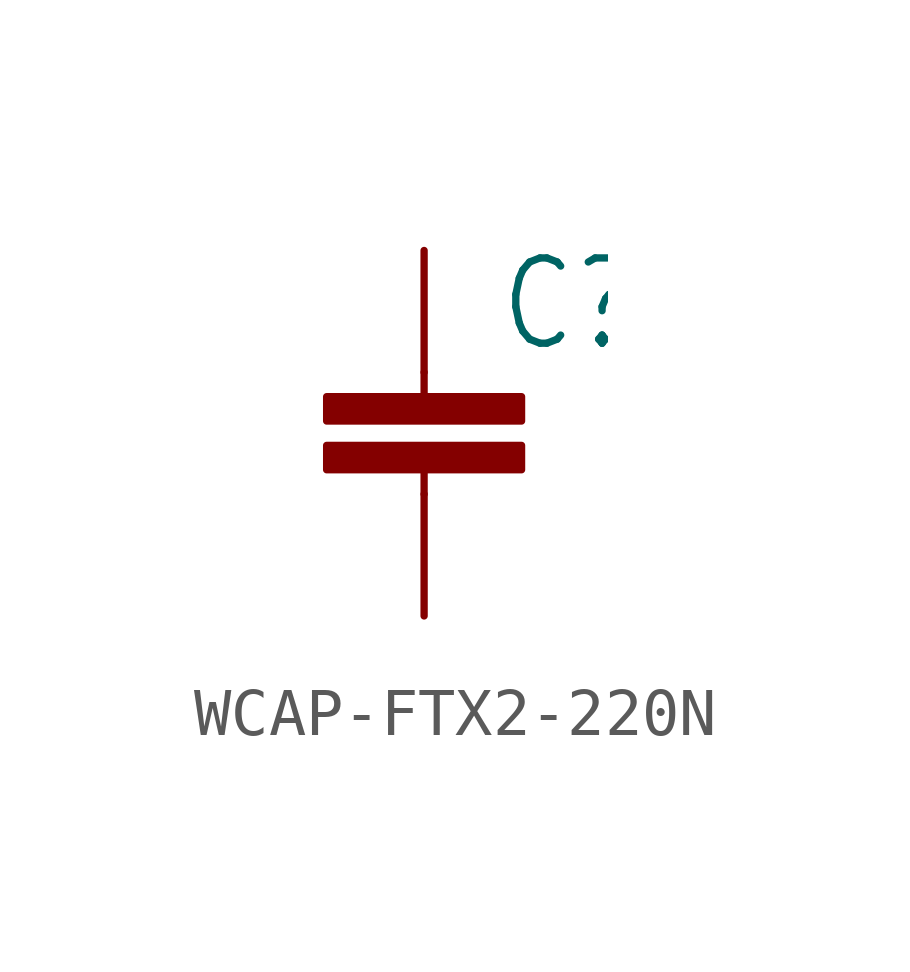
<source format=kicad_sym>
(kicad_symbol_lib
  (version 20231120)
  (generator "kicad_symbol_editor")
  (generator_version "8.0")
  (symbol "WCAP-FTX2-220N"
    (property "Reference" "C"
      (at 1.524 0.381 0)
      (effects (font (size 1.778 1.511)) (justify left bottom)))
    (property "Value" ""
      (at 1.524 -4.699 0)
      (effects (font (size 1.778 1.511)) (justify left bottom)))
    (property "ki_locked" ""
      (at 0 0 0)
      (effects (font (size 1.27 1.27))))
    (symbol "WCAP-FTX2-220N_1_0"
      (rectangle (start -2.032 -2.032) (end 2.032 -1.524) (stroke (width 0) (type default)) (fill (type outline)))
      (rectangle (start -2.032 -1.016) (end 2.032 -0.508) (stroke (width 0) (type default)) (fill (type outline)))
      (polyline (pts (xy 0 -2.54) (xy 0 -2.032)) (stroke (width 0.152) (type solid)) (fill (type none)))
      (polyline (pts (xy 0 0) (xy 0 -0.508)) (stroke (width 0.152) (type solid)) (fill (type none)))
      (pin passive line (at 0 2.54 270) (length 2.54) (name "1" (effects (font (size 0 0)))) (number "1" (effects (font (size 0 0)))))
      (pin passive line (at 0 -5.08 90) (length 2.54) (name "2" (effects (font (size 0 0)))) (number "2" (effects (font (size 0 0))))))))
</source>
